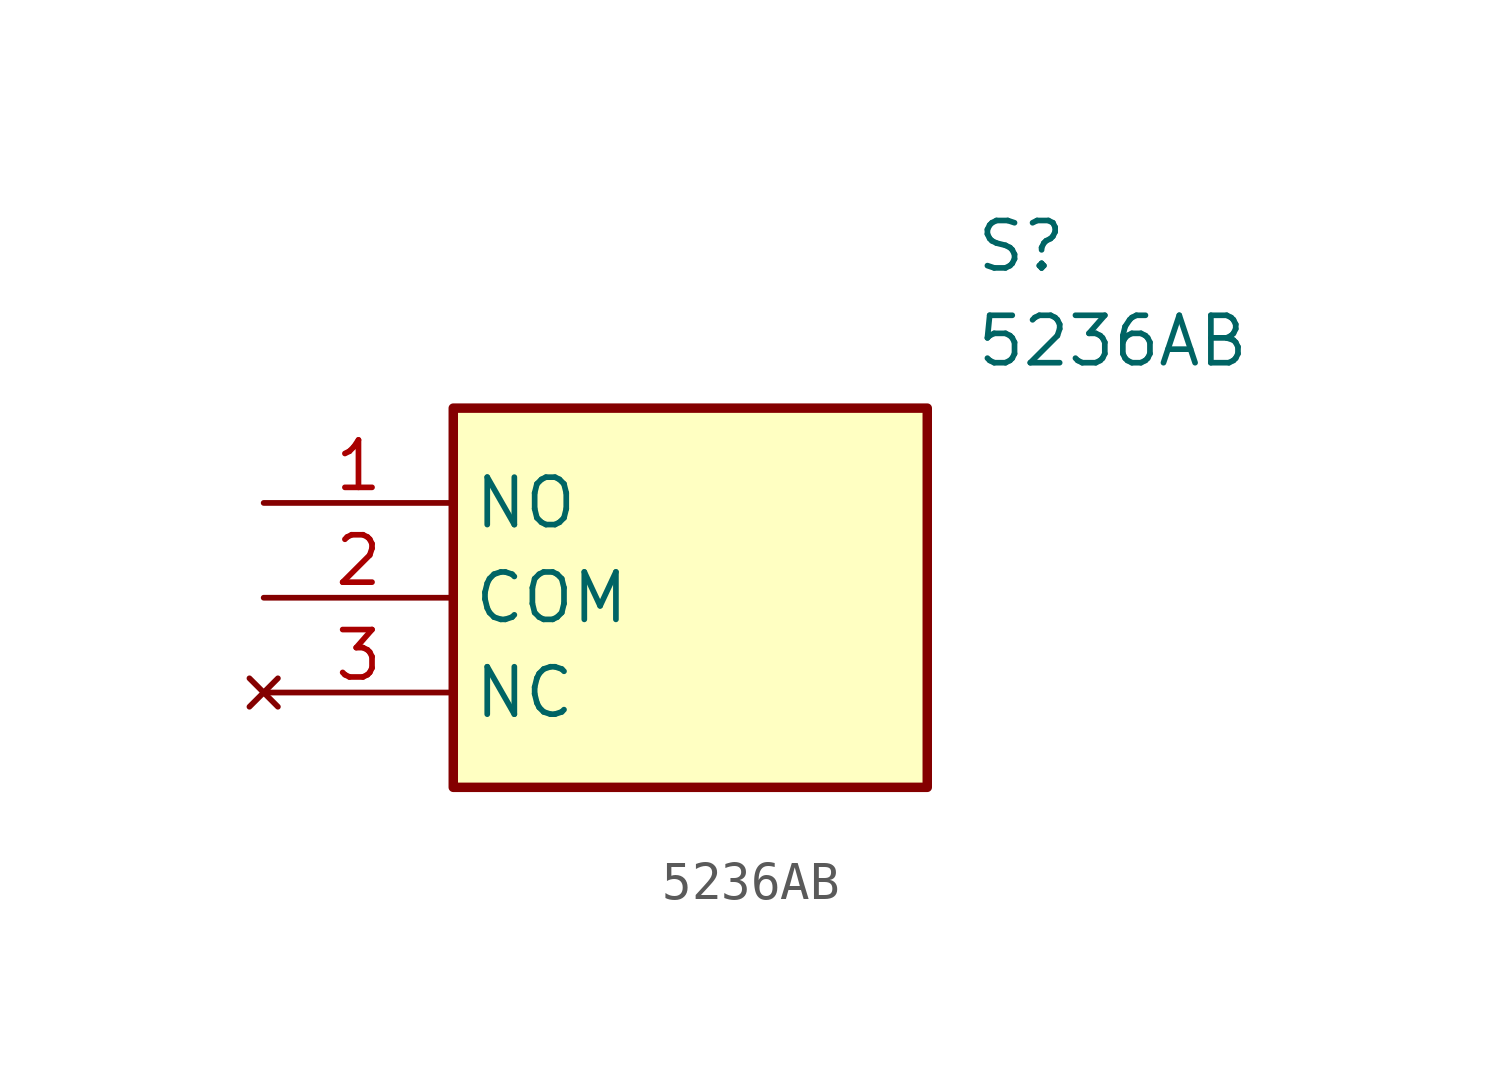
<source format=kicad_sym>
(kicad_symbol_lib
  (version 20211014)
  (generator SamacSys_ECAD_Model)
  (symbol "5236AB"
    (property "Reference" "S"
      (at 19.05 7.62 0)
      (effects (font (size 1.27 1.27)) (justify left top)))
    (property "Value" "5236AB"
      (at 19.05 5.08 0)
      (effects (font (size 1.27 1.27)) (justify left top)))
    (rectangle
      (start 5.08 2.54)
      (end 17.78 -7.62)
      (stroke (width 0.254) (type default))
      (fill (type background)))
    (pin passive line
      (at 0 0 0)
      (length 5.08)
      (name "NO" (effects (font (size 1.27 1.27))))
      (number "1" (effects (font (size 1.27 1.27)))))
    (pin passive line
      (at 0 -2.54 0)
      (length 5.08)
      (name "COM" (effects (font (size 1.27 1.27))))
      (number "2" (effects (font (size 1.27 1.27)))))
    (pin no_connect line
      (at 0 -5.08 0)
      (length 5.08)
      (name "NC" (effects (font (size 1.27 1.27))))
      (number "3" (effects (font (size 1.27 1.27)))))))
</source>
